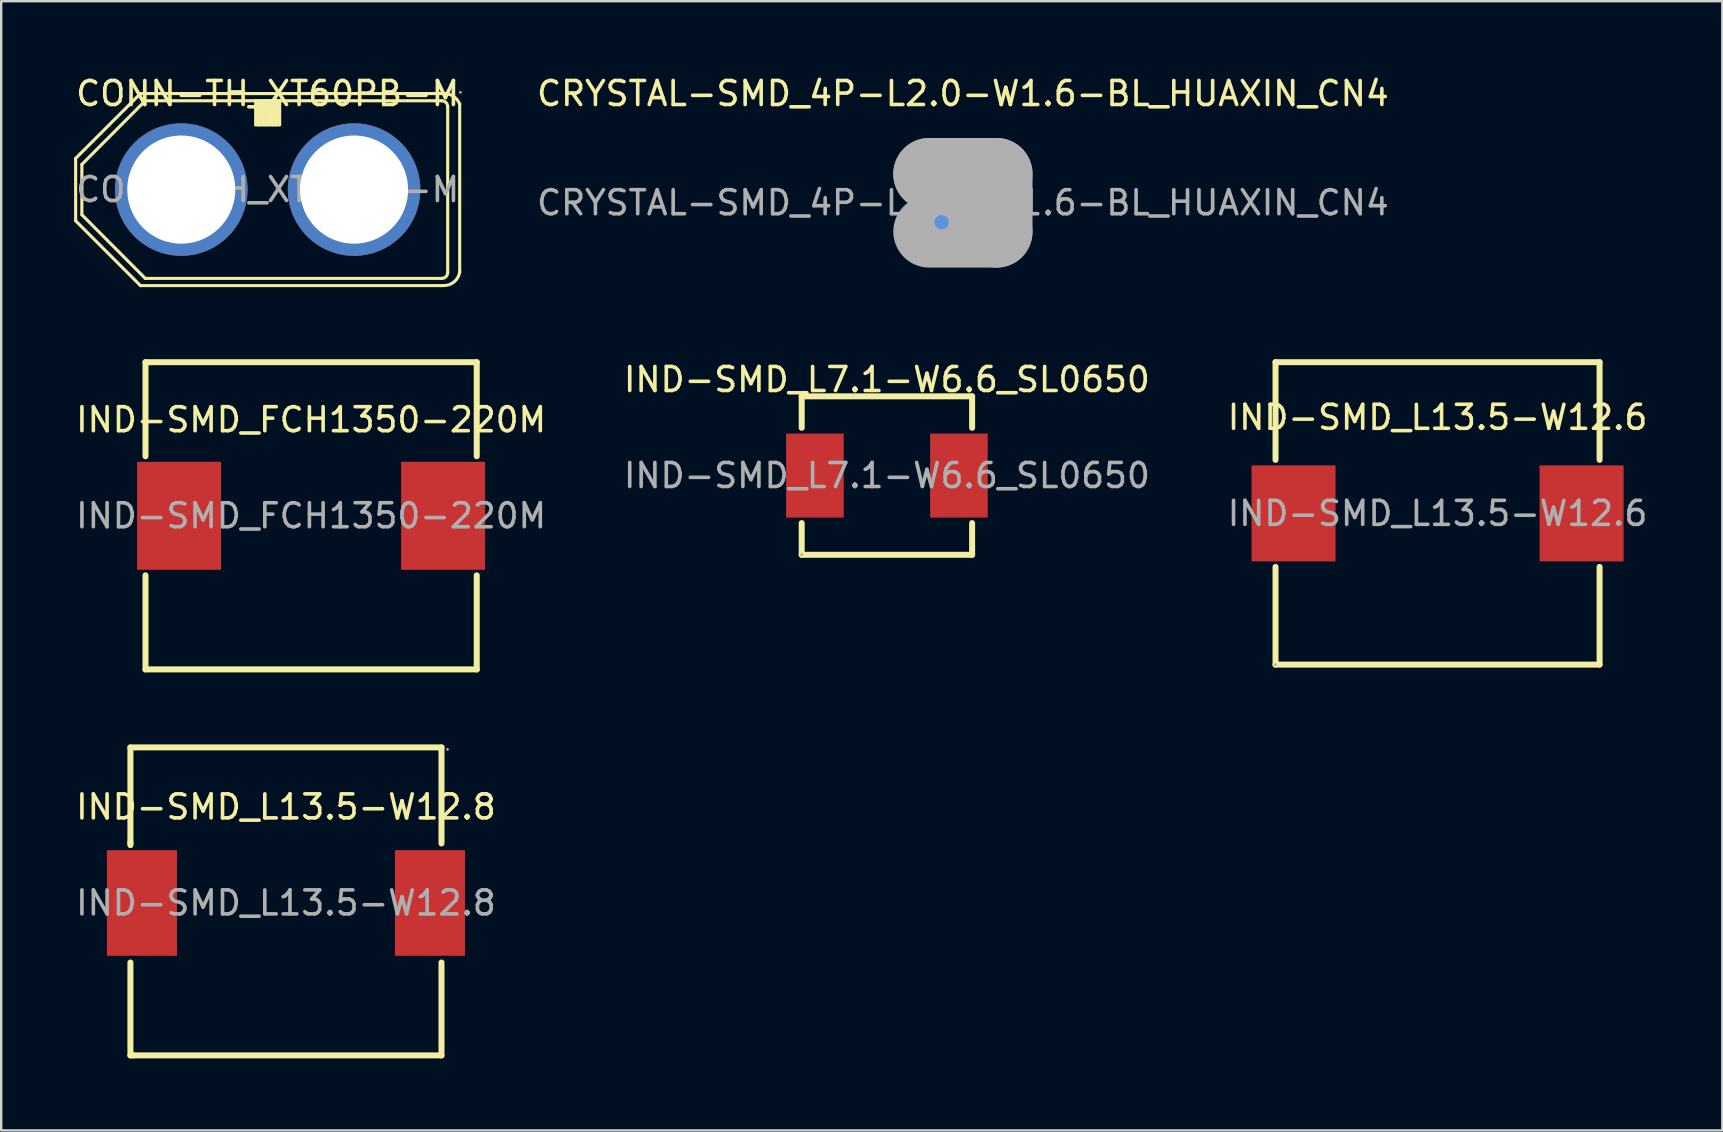
<source format=kicad_pcb>
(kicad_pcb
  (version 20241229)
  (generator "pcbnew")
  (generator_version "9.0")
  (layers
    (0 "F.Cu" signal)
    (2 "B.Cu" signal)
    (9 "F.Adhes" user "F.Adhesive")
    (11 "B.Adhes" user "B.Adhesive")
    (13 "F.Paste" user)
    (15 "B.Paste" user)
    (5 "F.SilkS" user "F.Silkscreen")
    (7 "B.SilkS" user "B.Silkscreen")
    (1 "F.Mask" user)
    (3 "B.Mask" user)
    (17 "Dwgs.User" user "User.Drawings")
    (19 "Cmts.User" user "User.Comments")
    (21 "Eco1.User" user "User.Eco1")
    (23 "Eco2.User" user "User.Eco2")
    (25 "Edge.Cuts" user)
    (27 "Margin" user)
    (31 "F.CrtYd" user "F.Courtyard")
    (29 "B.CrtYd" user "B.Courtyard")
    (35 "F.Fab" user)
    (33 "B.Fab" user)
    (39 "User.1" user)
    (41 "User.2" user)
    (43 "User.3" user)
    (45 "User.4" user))
  (footprint "CONN-TH_XT60PB-M"
    (layer "F.Cu")
    (at 8.101 4.848)
    (property "Reference" "CONN-TH_XT60PB-M" (at 0 -4 0) (layer "F.SilkS") (effects (font (size 1 1) (thickness 0.15))))
    (attr through_hole)
    (fp_line (start -8 -1.3) (end -5.3 -4) (stroke (width 0.13) (type solid)) (layer "F.SilkS"))
    (fp_line (start -8 1.3) (end -8 -1.3) (stroke (width 0.13) (type solid)) (layer "F.SilkS"))
    (fp_line (start -7.74 -1.05) (end -7.74 1.05) (stroke (width 0.13) (type solid)) (layer "F.SilkS"))
    (fp_line (start -7.74 1.05) (end -5.1 3.7) (stroke (width 0.13) (type solid)) (layer "F.SilkS"))
    (fp_line (start -5.3 -4) (end 7.3 -4) (stroke (width 0.13) (type solid)) (layer "F.SilkS"))
    (fp_line (start -5.3 4) (end -8 1.3) (stroke (width 0.13) (type solid)) (layer "F.SilkS"))
    (fp_line (start -5.1 -3.7) (end -7.74 -1.05) (stroke (width 0.13) (type solid)) (layer "F.SilkS"))
    (fp_line (start -5.1 3.7) (end 7.25 3.7) (stroke (width 0.13) (type solid)) (layer "F.SilkS"))
    (fp_line (start -0.5 -3.7) (end -5.1 -3.7) (stroke (width 0.13) (type solid)) (layer "F.SilkS"))
    (fp_line (start -0.5 -2.7) (end -0.5 -3.7) (stroke (width 0.13) (type solid)) (layer "F.SilkS"))
    (fp_line (start -0.4 -3.7) (end -0.5 -3.7) (stroke (width 0.13) (type solid)) (layer "F.SilkS"))
    (fp_line (start -0.4 -2.7) (end -0.5 -2.7) (stroke (width 0.13) (type solid)) (layer "F.SilkS"))
    (fp_line (start -0.4 -2.7) (end -0.4 -3.7) (stroke (width 0.13) (type solid)) (layer "F.SilkS"))
    (fp_line (start -0.3 -3.7) (end -0.4 -3.7) (stroke (width 0.13) (type solid)) (layer "F.SilkS"))
    (fp_line (start -0.3 -2.7) (end -0.4 -2.7) (stroke (width 0.13) (type solid)) (layer "F.SilkS"))
    (fp_line (start -0.3 -2.7) (end -0.3 -3.7) (stroke (width 0.13) (type solid)) (layer "F.SilkS"))
    (fp_line (start -0.2 -3.7) (end -0.3 -3.7) (stroke (width 0.13) (type solid)) (layer "F.SilkS"))
    (fp_line (start -0.2 -2.7) (end -0.3 -2.7) (stroke (width 0.13) (type solid)) (layer "F.SilkS"))
    (fp_line (start -0.2 -2.7) (end -0.2 -3.7) (stroke (width 0.13) (type solid)) (layer "F.SilkS"))
    (fp_line (start -0.1 -3.7) (end -0.2 -3.7) (stroke (width 0.13) (type solid)) (layer "F.SilkS"))
    (fp_line (start -0.1 -2.7) (end -0.2 -2.7) (stroke (width 0.13) (type solid)) (layer "F.SilkS"))
    (fp_line (start -0.1 -2.7) (end -0.1 -3.7) (stroke (width 0.13) (type solid)) (layer "F.SilkS"))
    (fp_line (start 0 -3.7) (end -0.1 -3.7) (stroke (width 0.13) (type solid)) (layer "F.SilkS"))
    (fp_line (start 0 -2.7) (end -0.1 -2.7) (stroke (width 0.13) (type solid)) (layer "F.SilkS"))
    (fp_line (start 0 -2.7) (end 0 -3.7) (stroke (width 0.13) (type solid)) (layer "F.SilkS"))
    (fp_line (start 0.1 -3.7) (end 0 -3.7) (stroke (width 0.13) (type solid)) (layer "F.SilkS"))
    (fp_line (start 0.1 -2.7) (end 0 -2.7) (stroke (width 0.13) (type solid)) (layer "F.SilkS"))
    (fp_line (start 0.1 -2.7) (end 0.1 -3.7) (stroke (width 0.13) (type solid)) (layer "F.SilkS"))
    (fp_line (start 0.2 -3.7) (end 0.1 -3.7) (stroke (width 0.13) (type solid)) (layer "F.SilkS"))
    (fp_line (start 0.2 -2.7) (end 0.1 -2.7) (stroke (width 0.13) (type solid)) (layer "F.SilkS"))
    (fp_line (start 0.2 -2.7) (end 0.2 -3.7) (stroke (width 0.13) (type solid)) (layer "F.SilkS"))
    (fp_line (start 0.3 -3.7) (end 0.2 -3.7) (stroke (width 0.13) (type solid)) (layer "F.SilkS"))
    (fp_line (start 0.3 -2.7) (end 0.2 -2.7) (stroke (width 0.13) (type solid)) (layer "F.SilkS"))
    (fp_line (start 0.3 -2.7) (end 0.3 -3.7) (stroke (width 0.13) (type solid)) (layer "F.SilkS"))
    (fp_line (start 0.4 -3.7) (end 0.3 -3.7) (stroke (width 0.13) (type solid)) (layer "F.SilkS"))
    (fp_line (start 0.4 -2.7) (end 0.3 -2.7) (stroke (width 0.13) (type solid)) (layer "F.SilkS"))
    (fp_line (start 0.4 -2.7) (end 0.4 -3.7) (stroke (width 0.13) (type solid)) (layer "F.SilkS"))
    (fp_line (start 0.5 -3.7) (end 0.4 -3.7) (stroke (width 0.13) (type solid)) (layer "F.SilkS"))
    (fp_line (start 0.5 -3.7) (end 0.5 -2.7) (stroke (width 0.13) (type solid)) (layer "F.SilkS"))
    (fp_line (start 0.5 -2.7) (end 0.4 -2.7) (stroke (width 0.13) (type solid)) (layer "F.SilkS"))
    (fp_line (start 7.25 -3.7) (end 0.5 -3.7) (stroke (width 0.13) (type solid)) (layer "F.SilkS"))
    (fp_line (start 7.3 4) (end -5.3 4) (stroke (width 0.13) (type solid)) (layer "F.SilkS"))
    (fp_line (start 7.5 3.45) (end 7.5 -3.45) (stroke (width 0.13) (type solid)) (layer "F.SilkS"))
    (fp_line (start 8 -3.56) (end 8 3.44) (stroke (width 0.13) (type solid)) (layer "F.SilkS"))
    (fp_arc (start 7.25 -3.7) (mid 7.426777 -3.626777) (end 7.5 -3.45) (stroke (width 0.13) (type solid)) (layer "F.SilkS"))
    (fp_arc (start 7.3 -4) (mid 7.723076 -3.894402) (end 8.002115 -3.559318) (stroke (width 0.13) (type solid)) (layer "F.SilkS"))
    (fp_arc (start 7.5 3.45) (mid 7.426777 3.626777) (end 7.25 3.7) (stroke (width 0.13) (type solid)) (layer "F.SilkS"))
    (fp_arc (start 8 3.44) (mid 7.756963 3.853299) (end 7.299825 3.997897) (stroke (width 0.13) (type solid)) (layer "F.SilkS"))
    (fp_circle (center -3.6 0) (end -2.6 0) (stroke (width 2) (type solid)) (fill no) (layer "F.Fab"))
    (fp_circle (center 3.6 0) (end 4.6 0) (stroke (width 2) (type solid)) (fill no) (layer "F.Fab"))
    (fp_circle (center 8.03 -4.05) (end 8.06 -4.05) (stroke (width 0.06) (type solid)) (fill no) (layer "F.Fab"))
    (fp_text user "${REFERENCE}" (at 0 0 0) (layer "F.Fab") (effects (font (size 1 1) (thickness 0.15))))
    (pad "1" thru_hole circle (at 3.6 0) (size 5.52 5.52) (drill oval 4.5 4.505) (layers "*.Cu" "*.Mask"))
    (pad "2" thru_hole circle (at -3.6 0) (size 5.52 5.52) (drill oval 4.5 4.505) (layers "*.Cu" "*.Mask")))
  (footprint "IND-SMD_FCH1350-220M"
    (layer "F.Cu")
    (at 9.911 18.438)
    (property "Reference" "IND-SMD_FCH1350-220M" (at 0 -4 0) (layer "F.SilkS") (effects (font (size 1 1) (thickness 0.15))))
    (attr through_hole)
    (fp_line (start -6.9 -6.4) (end -6.9 -2.48) (stroke (width 0.25) (type solid)) (layer "F.SilkS"))
    (fp_line (start -6.9 -6.4) (end 6.9 -6.4) (stroke (width 0.25) (type solid)) (layer "F.SilkS"))
    (fp_line (start -6.9 2.48) (end -6.9 6.4) (stroke (width 0.25) (type solid)) (layer "F.SilkS"))
    (fp_line (start -6.9 6.4) (end 6.9 6.4) (stroke (width 0.25) (type solid)) (layer "F.SilkS"))
    (fp_line (start 6.9 -6.4) (end 6.9 -2.48) (stroke (width 0.25) (type solid)) (layer "F.SilkS"))
    (fp_line (start 6.9 2.48) (end 6.9 6.4) (stroke (width 0.25) (type solid)) (layer "F.SilkS"))
    (fp_text user "${REFERENCE}" (at 0 0 0) (layer "F.Fab") (effects (font (size 1 1) (thickness 0.15))))
    (pad "1" smd rect (at -5.5 0 90) (size 4.5 3.5) (layers "F.Cu" "F.Mask" "F.Paste"))
    (pad "2" smd rect (at 5.5 0 90) (size 4.5 3.5) (layers "F.Cu" "F.Mask" "F.Paste")))
  (footprint "IND-SMD_L13.5-W12.8"
    (layer "F.Cu")
    (at 8.863 34.568)
    (property "Reference" "IND-SMD_L13.5-W12.8" (at 0 -4 0) (layer "F.SilkS") (effects (font (size 1 1) (thickness 0.15))))
    (attr smd)
    (fp_line (start -6.48 -6.48) (end 6.48 -6.48) (stroke (width 0.25) (type solid)) (layer "F.SilkS"))
    (fp_line (start -6.48 -2.48) (end -6.48 -2.54) (stroke (width 0.25) (type solid)) (layer "F.SilkS"))
    (fp_line (start -6.48 -2.41) (end -6.48 -6.48) (stroke (width 0.25) (type solid)) (layer "F.SilkS"))
    (fp_line (start -6.48 6.35) (end -6.48 2.48) (stroke (width 0.25) (type solid)) (layer "F.SilkS"))
    (fp_line (start -6.35 6.35) (end -6.48 6.35) (stroke (width 0.25) (type solid)) (layer "F.SilkS"))
    (fp_line (start 6.48 -6.48) (end 6.48 -2.48) (stroke (width 0.25) (type solid)) (layer "F.SilkS"))
    (fp_line (start 6.48 2.48) (end 6.48 6.35) (stroke (width 0.25) (type solid)) (layer "F.SilkS"))
    (fp_line (start 6.48 6.35) (end -6.35 6.35) (stroke (width 0.25) (type solid)) (layer "F.SilkS"))
    (fp_circle (center 6.73 -6.4) (end 6.76 -6.4) (stroke (width 0.06) (type solid)) (fill no) (layer "F.Fab"))
    (fp_text user "${REFERENCE}" (at 0 0 0) (layer "F.Fab") (effects (font (size 1 1) (thickness 0.15))))
    (pad "1" smd rect (at 6 0) (size 2.92 4.4) (layers "F.Cu" "F.Mask" "F.Paste"))
    (pad "2" smd rect (at -6 0) (size 2.92 4.4) (layers "F.Cu" "F.Mask" "F.Paste")))
  (footprint "IND-SMD_L13.5-W12.6"
    (layer "F.Cu")
    (at 56.839 18.338)
    (property "Reference" "IND-SMD_L13.5-W12.6" (at 0 -4 0) (layer "F.SilkS") (effects (font (size 1 1) (thickness 0.15))))
    (attr smd)
    (fp_line (start -6.75 -6.3) (end 6.75 -6.3) (stroke (width 0.25) (type solid)) (layer "F.SilkS"))
    (fp_line (start -6.75 -2.23) (end -6.75 -6.3) (stroke (width 0.25) (type solid)) (layer "F.SilkS"))
    (fp_line (start -6.75 6.3) (end -6.75 2.23) (stroke (width 0.25) (type solid)) (layer "F.SilkS"))
    (fp_line (start 6.75 -2.23) (end 6.75 -6.3) (stroke (width 0.25) (type solid)) (layer "F.SilkS"))
    (fp_line (start 6.75 6.3) (end -6.75 6.3) (stroke (width 0.25) (type solid)) (layer "F.SilkS"))
    (fp_line (start 6.75 6.3) (end 6.75 2.23) (stroke (width 0.25) (type solid)) (layer "F.SilkS"))
    (fp_circle (center -6.75 6.3) (end -6.72 6.3) (stroke (width 0.06) (type solid)) (fill no) (layer "F.Fab"))
    (fp_text user "${REFERENCE}" (at 0 0 0) (layer "F.Fab") (effects (font (size 1 1) (thickness 0.15))))
    (pad "1" smd rect (at -6 0 90) (size 4 3.5) (layers "F.Cu" "F.Mask" "F.Paste"))
    (pad "2" smd rect (at 6 0 90) (size 4 3.5) (layers "F.Cu" "F.Mask" "F.Paste")))
  (footprint "CRYSTAL-SMD_4P-L2.0-W1.6-BL_HUAXIN_CN4"
    (layer "F.Cu")
    (at 37.065 5.398)
    (property "Reference" "CRYSTAL-SMD_4P-L2.0-W1.6-BL_HUAXIN_CN4" (at 0 -4.55 0) (layer "F.SilkS") (effects (font (size 1 1) (thickness 0.15))))
    (attr smd)
    (fp_line (start -1.8 0) (end -1.8 1.6) (stroke (width 0.25) (type solid)) (layer "F.SilkS"))
    (fp_line (start -1.8 1.6) (end -0.1 1.6) (stroke (width 0.25) (type solid)) (layer "F.SilkS"))
    (fp_circle (center -0.89 0.81) (end -0.74 0.81) (stroke (width 0.3) (type solid)) (fill no) (layer "Cmts.User"))
    (fp_line (start -1.4 -1.2) (end -1.4 -1.2) (stroke (width 3) (type solid)) (layer "F.Fab"))
    (fp_line (start -1.4 -1.2) (end 1.4 -1.2) (stroke (width 3) (type solid)) (layer "F.Fab"))
    (fp_line (start 1.4 -1.2) (end 1.4 1.2) (stroke (width 3) (type solid)) (layer "F.Fab"))
    (fp_line (start 1.4 1.2) (end -1.4 1.2) (stroke (width 3) (type solid)) (layer "F.Fab"))
    (fp_circle (center -1 0.85) (end -0.97 0.85) (stroke (width 0.06) (type solid)) (fill no) (layer "F.Fab"))
    (fp_text user "${REFERENCE}" (at 0 0 0) (layer "F.Fab") (effects (font (size 1 1) (thickness 0.15))))
    (pad "1" smd rect (at -0.7 0.55) (size 0.9 0.8) (layers "F.Cu" "F.Mask" "F.Paste"))
    (pad "2" smd rect (at 0.7 0.55) (size 0.9 0.8) (layers "F.Cu" "F.Mask" "F.Paste"))
    (pad "3" smd rect (at 0.7 -0.55) (size 0.9 0.8) (layers "F.Cu" "F.Mask" "F.Paste"))
    (pad "4" smd rect (at -0.7 -0.55) (size 0.9 0.8) (layers "F.Cu" "F.Mask" "F.Paste")))
  (footprint "IND-SMD_L7.1-W6.6_SL0650"
    (layer "F.Cu")
    (at 33.899 16.762)
    (property "Reference" "IND-SMD_L7.1-W6.6_SL0650" (at 0 -4 0) (layer "F.SilkS") (effects (font (size 1 1) (thickness 0.15))))
    (attr smd)
    (fp_line (start -3.55 -3.3) (end -3.55 -1.99) (stroke (width 0.25) (type solid)) (layer "F.SilkS"))
    (fp_line (start -3.55 -3.3) (end 3.55 -3.3) (stroke (width 0.25) (type solid)) (layer "F.SilkS"))
    (fp_line (start -3.55 1.98) (end -3.55 3.3) (stroke (width 0.25) (type solid)) (layer "F.SilkS"))
    (fp_line (start -3.55 3.3) (end 3.55 3.3) (stroke (width 0.25) (type solid)) (layer "F.SilkS"))
    (fp_line (start 3.55 -3.3) (end 3.55 -1.99) (stroke (width 0.25) (type solid)) (layer "F.SilkS"))
    (fp_line (start 3.55 1.98) (end 3.55 3.3) (stroke (width 0.25) (type solid)) (layer "F.SilkS"))
    (fp_circle (center -3.55 3.3) (end -3.52 3.3) (stroke (width 0.06) (type solid)) (fill no) (layer "F.Fab"))
    (fp_text user "${REFERENCE}" (at 0 0 0) (layer "F.Fab") (effects (font (size 1 1) (thickness 0.15))))
    (pad "1" smd rect (at -3 0) (size 2.4 3.5) (layers "F.Cu" "F.Mask" "F.Paste"))
    (pad "2" smd rect (at 3 0) (size 2.4 3.5) (layers "F.Cu" "F.Mask" "F.Paste")))
  (gr_rect
    (start -3 -3)
    (end 68.702 44.043)
    (stroke (width 0.1) (type default))
    (fill no)
    (layer "Edge.Cuts")))
</source>
